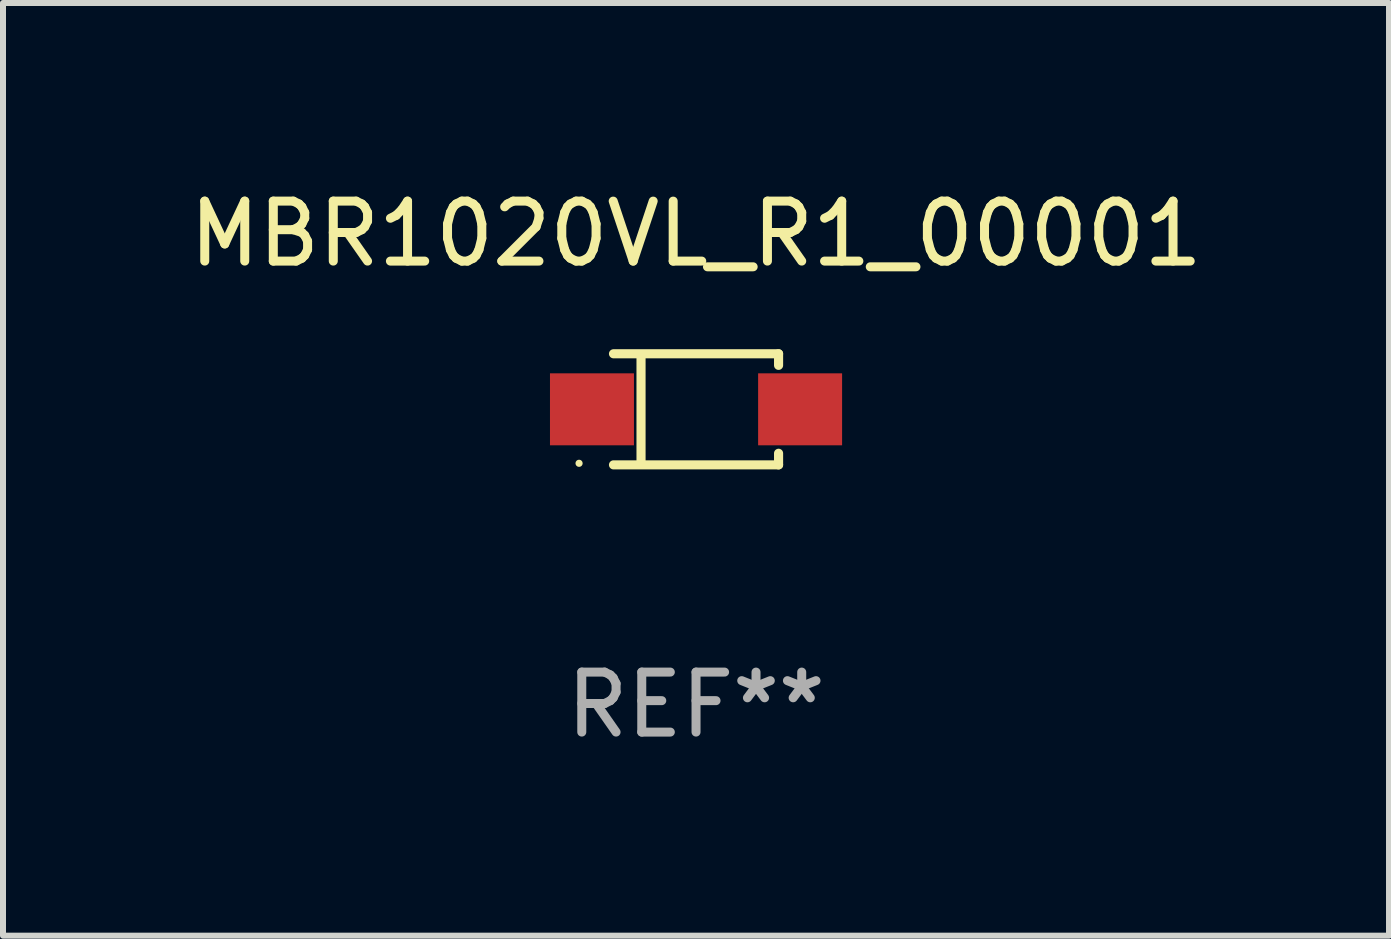
<source format=kicad_pcb>
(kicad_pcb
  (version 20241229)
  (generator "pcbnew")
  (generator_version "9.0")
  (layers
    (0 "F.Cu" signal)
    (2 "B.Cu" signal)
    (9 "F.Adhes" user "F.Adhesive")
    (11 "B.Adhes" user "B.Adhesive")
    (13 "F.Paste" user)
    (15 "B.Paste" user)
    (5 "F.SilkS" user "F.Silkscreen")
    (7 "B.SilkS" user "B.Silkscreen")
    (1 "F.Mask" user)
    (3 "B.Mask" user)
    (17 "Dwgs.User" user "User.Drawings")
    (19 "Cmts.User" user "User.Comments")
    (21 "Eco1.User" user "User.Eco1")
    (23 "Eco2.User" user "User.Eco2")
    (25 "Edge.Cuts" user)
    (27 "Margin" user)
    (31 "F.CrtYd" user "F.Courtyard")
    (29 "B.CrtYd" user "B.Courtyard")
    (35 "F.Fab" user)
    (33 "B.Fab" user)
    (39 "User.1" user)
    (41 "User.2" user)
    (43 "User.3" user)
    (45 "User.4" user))
  (footprint "MBR1020VL_R1_00001"
    (layer "F.Cu")
    (at 8.554 3.774)
    (property "Reference" "MBR1020VL_R1_00001" (at 0 -2.926 0) (layer "F.SilkS") (effects (font (size 1 1) (thickness 0.15))))
    (attr through_hole)
    (fp_line (start -1.376 -0.926) (end 1.376 -0.926) (stroke (width 0.152) (type solid)) (layer "F.SilkS"))
    (fp_line (start -1.376 0.926) (end 1.376 0.926) (stroke (width 0.152) (type solid)) (layer "F.SilkS"))
    (fp_line (start -0.917 -0.876) (end -0.917 0.876) (stroke (width 0.152) (type solid)) (layer "F.SilkS"))
    (fp_line (start 1.376 -0.926) (end 1.376 -0.733) (stroke (width 0.152) (type solid)) (layer "F.SilkS"))
    (fp_line (start 1.376 0.926) (end 1.376 0.733) (stroke (width 0.152) (type solid)) (layer "F.SilkS"))
    (fp_circle (center -1.95 0.9) (end -1.92 0.9) (stroke (width 0.06) (type solid)) (fill no) (layer "F.SilkS"))
    (fp_text user "REF**" (at 0 4.926 0) (layer "F.Fab") (effects (font (size 1 1) (thickness 0.15))))
    (pad "1" smd rect (at -1.735 0) (size 1.4 1.2) (layers "F.Cu" "F.Mask" "F.Paste"))
    (pad "2" smd rect (at 1.735 0) (size 1.4 1.2) (layers "F.Cu" "F.Mask" "F.Paste")))
  (gr_rect
    (start -3 -3)
    (end 20.107 12.549)
    (stroke (width 0.1) (type default))
    (fill no)
    (layer "Edge.Cuts")))
</source>
